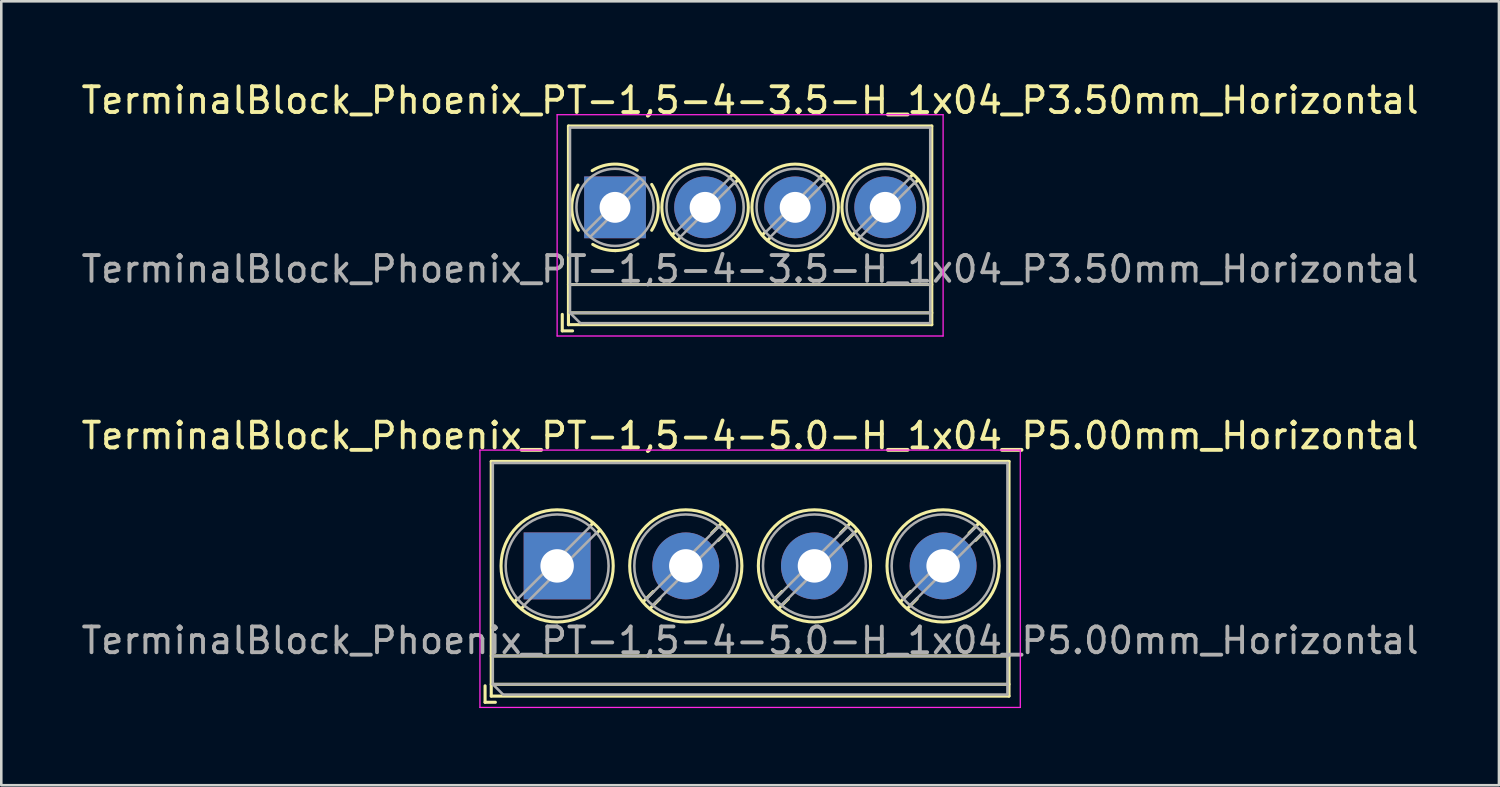
<source format=kicad_pcb>
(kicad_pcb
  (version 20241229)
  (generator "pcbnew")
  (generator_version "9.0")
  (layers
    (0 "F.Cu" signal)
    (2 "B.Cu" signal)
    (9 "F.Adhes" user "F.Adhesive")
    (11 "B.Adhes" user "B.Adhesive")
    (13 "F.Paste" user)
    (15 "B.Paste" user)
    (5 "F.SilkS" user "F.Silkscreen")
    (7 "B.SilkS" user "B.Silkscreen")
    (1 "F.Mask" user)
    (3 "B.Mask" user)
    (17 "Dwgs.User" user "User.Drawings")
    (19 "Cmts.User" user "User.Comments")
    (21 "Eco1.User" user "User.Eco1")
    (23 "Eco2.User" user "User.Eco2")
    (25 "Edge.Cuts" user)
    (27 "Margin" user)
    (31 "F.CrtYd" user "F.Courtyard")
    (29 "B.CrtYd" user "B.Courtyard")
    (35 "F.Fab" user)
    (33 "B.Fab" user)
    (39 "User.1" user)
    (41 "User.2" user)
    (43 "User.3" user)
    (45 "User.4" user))
  (footprint "TerminalBlock_Phoenix_PT-1,5-4-3.5-H_1x04_P3.50mm_Horizontal"
    (layer "F.Cu")
    (at 20.851 5.008)
    (property "Reference" "TerminalBlock_Phoenix_PT-1,5-4-3.5-H_1x04_P3.50mm_Horizontal" (at 5.25 -4.16 0) (layer "F.SilkS") (effects (font (size 1 1) (thickness 0.15))))
    (attr through_hole)
    (fp_line (start -2.05 4.16) (end -2.05 4.8) (stroke (width 0.12) (type solid)) (layer "F.SilkS"))
    (fp_line (start -2.05 4.8) (end -1.65 4.8) (stroke (width 0.12) (type solid)) (layer "F.SilkS"))
    (fp_line (start -1.81 -3.16) (end -1.81 4.56) (stroke (width 0.12) (type solid)) (layer "F.SilkS"))
    (fp_line (start -1.81 -3.16) (end 12.31 -3.16) (stroke (width 0.12) (type solid)) (layer "F.SilkS"))
    (fp_line (start -1.81 3) (end 12.31 3) (stroke (width 0.12) (type solid)) (layer "F.SilkS"))
    (fp_line (start -1.81 4.1) (end 12.31 4.1) (stroke (width 0.12) (type solid)) (layer "F.SilkS"))
    (fp_line (start -1.81 4.56) (end 12.31 4.56) (stroke (width 0.12) (type solid)) (layer "F.SilkS"))
    (fp_line (start 2.355 0.941) (end 2.226 1.069) (stroke (width 0.12) (type solid)) (layer "F.SilkS"))
    (fp_line (start 2.525 1.181) (end 2.431 1.274) (stroke (width 0.12) (type solid)) (layer "F.SilkS"))
    (fp_line (start 4.57 -1.275) (end 4.476 -1.181) (stroke (width 0.12) (type solid)) (layer "F.SilkS"))
    (fp_line (start 4.775 -1.069) (end 4.646 -0.941) (stroke (width 0.12) (type solid)) (layer "F.SilkS"))
    (fp_line (start 5.855 0.941) (end 5.726 1.069) (stroke (width 0.12) (type solid)) (layer "F.SilkS"))
    (fp_line (start 6.025 1.181) (end 5.931 1.274) (stroke (width 0.12) (type solid)) (layer "F.SilkS"))
    (fp_line (start 8.07 -1.275) (end 7.976 -1.181) (stroke (width 0.12) (type solid)) (layer "F.SilkS"))
    (fp_line (start 8.275 -1.069) (end 8.146 -0.941) (stroke (width 0.12) (type solid)) (layer "F.SilkS"))
    (fp_line (start 9.355 0.941) (end 9.226 1.069) (stroke (width 0.12) (type solid)) (layer "F.SilkS"))
    (fp_line (start 9.525 1.181) (end 9.431 1.274) (stroke (width 0.12) (type solid)) (layer "F.SilkS"))
    (fp_line (start 11.57 -1.275) (end 11.476 -1.181) (stroke (width 0.12) (type solid)) (layer "F.SilkS"))
    (fp_line (start 11.775 -1.069) (end 11.646 -0.941) (stroke (width 0.12) (type solid)) (layer "F.SilkS"))
    (fp_line (start 12.31 -3.16) (end 12.31 4.56) (stroke (width 0.12) (type solid)) (layer "F.SilkS"))
    (fp_arc (start -1.425358 0.889894) (mid -1.680286 0.014012) (end -1.44 -0.866) (stroke (width 0.12) (type solid)) (layer "F.SilkS"))
    (fp_arc (start -0.889894 -1.425358) (mid -0.014012 -1.680286) (end 0.866 -1.44) (stroke (width 0.12) (type solid)) (layer "F.SilkS"))
    (fp_arc (start 0.028674 1.680099) (mid -0.435535 1.622918) (end -0.866 1.44) (stroke (width 0.12) (type solid)) (layer "F.SilkS"))
    (fp_arc (start 0.890264 1.424721) (mid 0.463071 1.61492) (end 0 1.68) (stroke (width 0.12) (type solid)) (layer "F.SilkS"))
    (fp_arc (start 1.425504 -0.890193) (mid 1.680626 0.000476) (end 1.425 0.891) (stroke (width 0.12) (type solid)) (layer "F.SilkS"))
    (fp_circle (center 3.5 0) (end 5.18 0) (stroke (width 0.12) (type solid)) (fill no) (layer "F.SilkS"))
    (fp_circle (center 7 0) (end 8.68 0) (stroke (width 0.12) (type solid)) (fill no) (layer "F.SilkS"))
    (fp_circle (center 10.5 0) (end 12.18 0) (stroke (width 0.12) (type solid)) (fill no) (layer "F.SilkS"))
    (fp_line (start -2.25 -3.6) (end -2.25 5) (stroke (width 0.05) (type solid)) (layer "F.CrtYd"))
    (fp_line (start -2.25 5) (end 12.75 5) (stroke (width 0.05) (type solid)) (layer "F.CrtYd"))
    (fp_line (start 12.75 -3.6) (end -2.25 -3.6) (stroke (width 0.05) (type solid)) (layer "F.CrtYd"))
    (fp_line (start 12.75 5) (end 12.75 -3.6) (stroke (width 0.05) (type solid)) (layer "F.CrtYd"))
    (fp_line (start -1.75 -3.1) (end 12.25 -3.1) (stroke (width 0.1) (type solid)) (layer "F.Fab"))
    (fp_line (start -1.75 3) (end 12.25 3) (stroke (width 0.1) (type solid)) (layer "F.Fab"))
    (fp_line (start -1.75 4.1) (end -1.75 -3.1) (stroke (width 0.1) (type solid)) (layer "F.Fab"))
    (fp_line (start -1.75 4.1) (end 12.25 4.1) (stroke (width 0.1) (type solid)) (layer "F.Fab"))
    (fp_line (start -1.35 4.5) (end -1.75 4.1) (stroke (width 0.1) (type solid)) (layer "F.Fab"))
    (fp_line (start 0.955 -1.138) (end -1.138 0.955) (stroke (width 0.1) (type solid)) (layer "F.Fab"))
    (fp_line (start 1.138 -0.955) (end -0.955 1.138) (stroke (width 0.1) (type solid)) (layer "F.Fab"))
    (fp_line (start 4.455 -1.138) (end 2.363 0.955) (stroke (width 0.1) (type solid)) (layer "F.Fab"))
    (fp_line (start 4.638 -0.955) (end 2.546 1.138) (stroke (width 0.1) (type solid)) (layer "F.Fab"))
    (fp_line (start 7.955 -1.138) (end 5.863 0.955) (stroke (width 0.1) (type solid)) (layer "F.Fab"))
    (fp_line (start 8.138 -0.955) (end 6.046 1.138) (stroke (width 0.1) (type solid)) (layer "F.Fab"))
    (fp_line (start 11.455 -1.138) (end 9.363 0.955) (stroke (width 0.1) (type solid)) (layer "F.Fab"))
    (fp_line (start 11.638 -0.955) (end 9.546 1.138) (stroke (width 0.1) (type solid)) (layer "F.Fab"))
    (fp_line (start 12.25 -3.1) (end 12.25 4.5) (stroke (width 0.1) (type solid)) (layer "F.Fab"))
    (fp_line (start 12.25 4.5) (end -1.35 4.5) (stroke (width 0.1) (type solid)) (layer "F.Fab"))
    (fp_circle (center 0 0) (end 1.5 0) (stroke (width 0.1) (type solid)) (fill no) (layer "F.Fab"))
    (fp_circle (center 3.5 0) (end 5 0) (stroke (width 0.1) (type solid)) (fill no) (layer "F.Fab"))
    (fp_circle (center 7 0) (end 8.5 0) (stroke (width 0.1) (type solid)) (fill no) (layer "F.Fab"))
    (fp_circle (center 10.5 0) (end 12 0) (stroke (width 0.1) (type solid)) (fill no) (layer "F.Fab"))
    (fp_text user "${REFERENCE}" (at 5.25 2.4 0) (layer "F.Fab") (effects (font (size 1 1) (thickness 0.15))))
    (pad "1" thru_hole rect (at 0 0) (size 2.4 2.4) (drill 1.2) (layers "*.Cu" "*.Mask"))
    (pad "2" thru_hole circle (at 3.5 0) (size 2.4 2.4) (drill 1.2) (layers "*.Cu" "*.Mask"))
    (pad "3" thru_hole circle (at 7 0) (size 2.4 2.4) (drill 1.2) (layers "*.Cu" "*.Mask"))
    (pad "4" thru_hole circle (at 10.5 0) (size 2.4 2.4) (drill 1.2) (layers "*.Cu" "*.Mask")))
  (footprint "TerminalBlock_Phoenix_PT-1,5-4-5.0-H_1x04_P5.00mm_Horizontal"
    (layer "F.Cu")
    (at 18.601 18.942)
    (property "Reference" "TerminalBlock_Phoenix_PT-1,5-4-5.0-H_1x04_P5.00mm_Horizontal" (at 7.5 -5.06 0) (layer "F.SilkS") (effects (font (size 1 1) (thickness 0.15))))
    (attr through_hole)
    (fp_line (start -2.8 4.66) (end -2.8 5.3) (stroke (width 0.12) (type solid)) (layer "F.SilkS"))
    (fp_line (start -2.8 5.3) (end -2.4 5.3) (stroke (width 0.12) (type solid)) (layer "F.SilkS"))
    (fp_line (start -2.56 -4.06) (end -2.56 5.06) (stroke (width 0.12) (type solid)) (layer "F.SilkS"))
    (fp_line (start -2.56 -4.06) (end 17.561 -4.06) (stroke (width 0.12) (type solid)) (layer "F.SilkS"))
    (fp_line (start -2.56 3.5) (end 17.561 3.5) (stroke (width 0.12) (type solid)) (layer "F.SilkS"))
    (fp_line (start -2.56 4.6) (end 17.561 4.6) (stroke (width 0.12) (type solid)) (layer "F.SilkS"))
    (fp_line (start -2.56 5.06) (end 17.561 5.06) (stroke (width 0.12) (type solid)) (layer "F.SilkS"))
    (fp_line (start -1.548 1.281) (end -1.654 1.388) (stroke (width 0.12) (type solid)) (layer "F.SilkS"))
    (fp_line (start -1.282 1.547) (end -1.388 1.654) (stroke (width 0.12) (type solid)) (layer "F.SilkS"))
    (fp_line (start 1.388 -1.654) (end 1.281 -1.547) (stroke (width 0.12) (type solid)) (layer "F.SilkS"))
    (fp_line (start 1.654 -1.388) (end 1.547 -1.281) (stroke (width 0.12) (type solid)) (layer "F.SilkS"))
    (fp_line (start 3.742 0.992) (end 3.347 1.388) (stroke (width 0.12) (type solid)) (layer "F.SilkS"))
    (fp_line (start 3.993 1.274) (end 3.613 1.654) (stroke (width 0.12) (type solid)) (layer "F.SilkS"))
    (fp_line (start 6.388 -1.654) (end 6.008 -1.274) (stroke (width 0.12) (type solid)) (layer "F.SilkS"))
    (fp_line (start 6.654 -1.388) (end 6.259 -0.992) (stroke (width 0.12) (type solid)) (layer "F.SilkS"))
    (fp_line (start 8.742 0.992) (end 8.347 1.388) (stroke (width 0.12) (type solid)) (layer "F.SilkS"))
    (fp_line (start 8.993 1.274) (end 8.613 1.654) (stroke (width 0.12) (type solid)) (layer "F.SilkS"))
    (fp_line (start 11.388 -1.654) (end 11.008 -1.274) (stroke (width 0.12) (type solid)) (layer "F.SilkS"))
    (fp_line (start 11.654 -1.388) (end 11.259 -0.992) (stroke (width 0.12) (type solid)) (layer "F.SilkS"))
    (fp_line (start 13.742 0.992) (end 13.347 1.388) (stroke (width 0.12) (type solid)) (layer "F.SilkS"))
    (fp_line (start 13.993 1.274) (end 13.613 1.654) (stroke (width 0.12) (type solid)) (layer "F.SilkS"))
    (fp_line (start 16.388 -1.654) (end 16.008 -1.274) (stroke (width 0.12) (type solid)) (layer "F.SilkS"))
    (fp_line (start 16.654 -1.388) (end 16.259 -0.992) (stroke (width 0.12) (type solid)) (layer "F.SilkS"))
    (fp_line (start 17.561 -4.06) (end 17.561 5.06) (stroke (width 0.12) (type solid)) (layer "F.SilkS"))
    (fp_circle (center 0 0) (end 2.18 0) (stroke (width 0.12) (type solid)) (fill no) (layer "F.SilkS"))
    (fp_circle (center 5 0) (end 7.18 0) (stroke (width 0.12) (type solid)) (fill no) (layer "F.SilkS"))
    (fp_circle (center 10 0) (end 12.18 0) (stroke (width 0.12) (type solid)) (fill no) (layer "F.SilkS"))
    (fp_circle (center 15 0) (end 17.18 0) (stroke (width 0.12) (type solid)) (fill no) (layer "F.SilkS"))
    (fp_line (start -3 -4.5) (end -3 5.5) (stroke (width 0.05) (type solid)) (layer "F.CrtYd"))
    (fp_line (start -3 5.5) (end 18 5.5) (stroke (width 0.05) (type solid)) (layer "F.CrtYd"))
    (fp_line (start 18 -4.5) (end -3 -4.5) (stroke (width 0.05) (type solid)) (layer "F.CrtYd"))
    (fp_line (start 18 5.5) (end 18 -4.5) (stroke (width 0.05) (type solid)) (layer "F.CrtYd"))
    (fp_line (start -2.5 -4) (end 17.5 -4) (stroke (width 0.1) (type solid)) (layer "F.Fab"))
    (fp_line (start -2.5 3.5) (end 17.5 3.5) (stroke (width 0.1) (type solid)) (layer "F.Fab"))
    (fp_line (start -2.5 4.6) (end -2.5 -4) (stroke (width 0.1) (type solid)) (layer "F.Fab"))
    (fp_line (start -2.5 4.6) (end 17.5 4.6) (stroke (width 0.1) (type solid)) (layer "F.Fab"))
    (fp_line (start -2.1 5) (end -2.5 4.6) (stroke (width 0.1) (type solid)) (layer "F.Fab"))
    (fp_line (start 1.273 -1.517) (end -1.517 1.273) (stroke (width 0.1) (type solid)) (layer "F.Fab"))
    (fp_line (start 1.517 -1.273) (end -1.273 1.517) (stroke (width 0.1) (type solid)) (layer "F.Fab"))
    (fp_line (start 6.273 -1.517) (end 3.484 1.273) (stroke (width 0.1) (type solid)) (layer "F.Fab"))
    (fp_line (start 6.517 -1.273) (end 3.728 1.517) (stroke (width 0.1) (type solid)) (layer "F.Fab"))
    (fp_line (start 11.273 -1.517) (end 8.484 1.273) (stroke (width 0.1) (type solid)) (layer "F.Fab"))
    (fp_line (start 11.517 -1.273) (end 8.728 1.517) (stroke (width 0.1) (type solid)) (layer "F.Fab"))
    (fp_line (start 16.273 -1.517) (end 13.484 1.273) (stroke (width 0.1) (type solid)) (layer "F.Fab"))
    (fp_line (start 16.517 -1.273) (end 13.728 1.517) (stroke (width 0.1) (type solid)) (layer "F.Fab"))
    (fp_line (start 17.5 -4) (end 17.5 5) (stroke (width 0.1) (type solid)) (layer "F.Fab"))
    (fp_line (start 17.5 5) (end -2.1 5) (stroke (width 0.1) (type solid)) (layer "F.Fab"))
    (fp_circle (center 0 0) (end 2 0) (stroke (width 0.1) (type solid)) (fill no) (layer "F.Fab"))
    (fp_circle (center 5 0) (end 7 0) (stroke (width 0.1) (type solid)) (fill no) (layer "F.Fab"))
    (fp_circle (center 10 0) (end 12 0) (stroke (width 0.1) (type solid)) (fill no) (layer "F.Fab"))
    (fp_circle (center 15 0) (end 17 0) (stroke (width 0.1) (type solid)) (fill no) (layer "F.Fab"))
    (fp_text user "${REFERENCE}" (at 7.5 2.9 0) (layer "F.Fab") (effects (font (size 1 1) (thickness 0.15))))
    (pad "1" thru_hole rect (at 0 0) (size 2.6 2.6) (drill 1.3) (layers "*.Cu" "*.Mask"))
    (pad "2" thru_hole circle (at 5 0) (size 2.6 2.6) (drill 1.3) (layers "*.Cu" "*.Mask"))
    (pad "3" thru_hole circle (at 10 0) (size 2.6 2.6) (drill 1.3) (layers "*.Cu" "*.Mask"))
    (pad "4" thru_hole circle (at 15 0) (size 2.6 2.6) (drill 1.3) (layers "*.Cu" "*.Mask")))
  (gr_rect
    (start -3 -3)
    (end 55.202 27.466)
    (stroke (width 0.1) (type default))
    (fill no)
    (layer "Edge.Cuts")))
</source>
